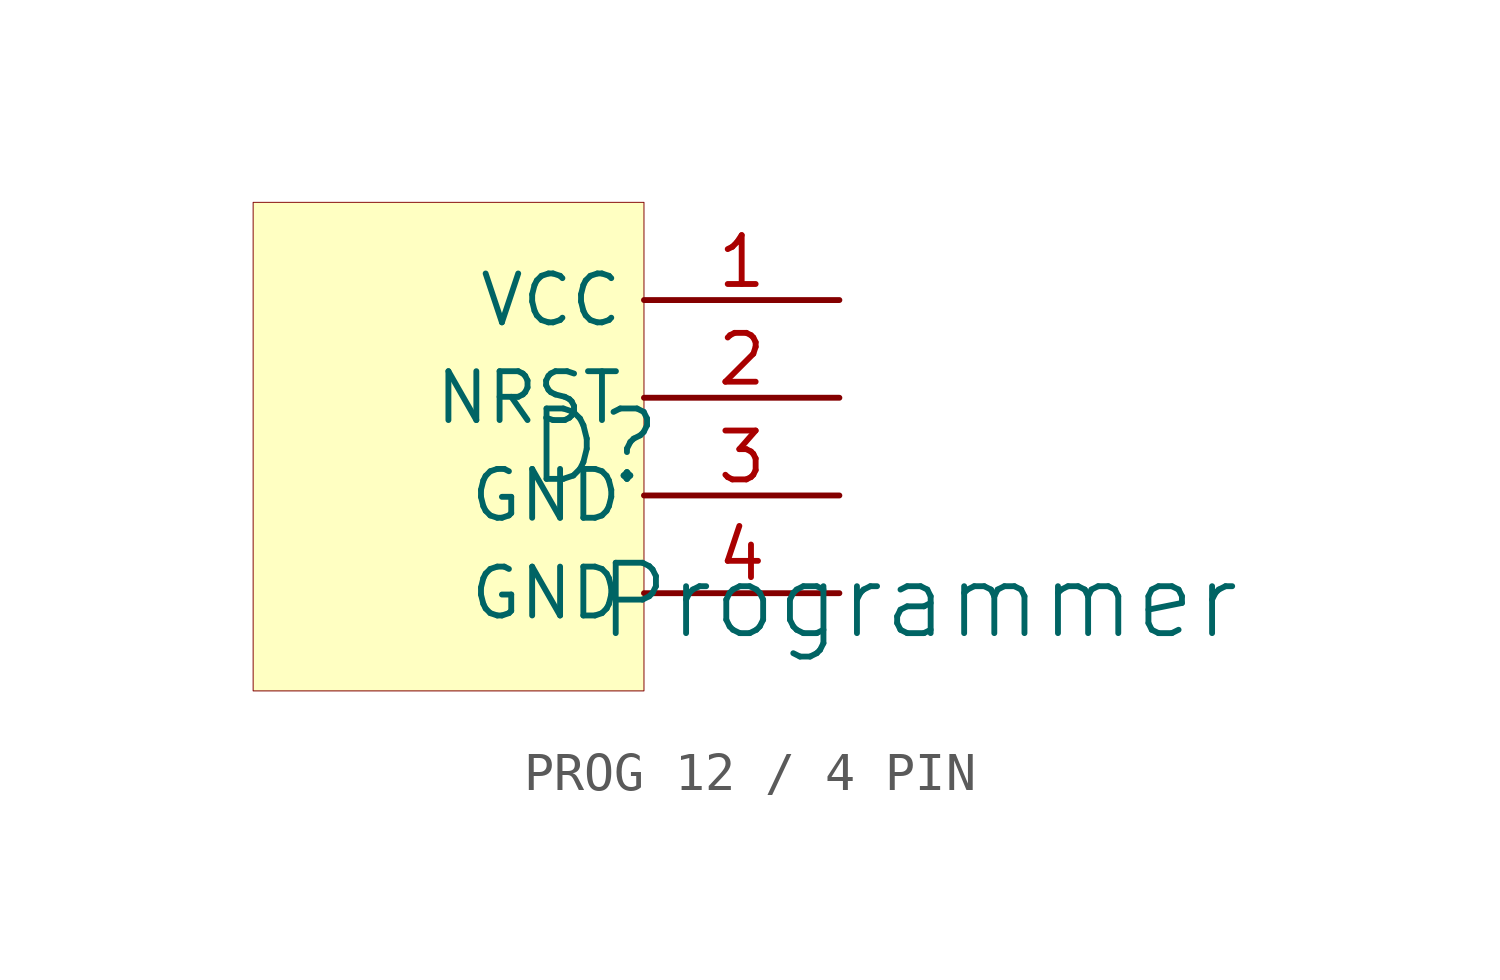
<source format=kicad_sym>
(kicad_symbol_lib
  (version 20241209)
  (generator "kicad_symbol_editor")
  (generator_version "9.0")
  (symbol "PROG 12 / 4 PIN"
    (property "Reference" "D"
      (at -1.27 1.27 0)
      (effects (font (size 1.829 1.829))))
    (property "Value" "Programmer"
      (at -1.27 -3.81 0)
      (effects (font (size 1.829 1.829)) (justify left bottom)))
    (symbol "PROG 12 / 4 PIN_1_0"
      (rectangle (start 0 7.62) (end -10.16 -5.08) (stroke (width 0.025) (type solid) (color 128 0 0 1)) (fill (type background)))
      (pin passive line (at 5.08 5.08 180) (length 5.08) (name "VCC" (effects (font (size 1.27 1.27)))) (number "1" (effects (font (size 1.27 1.27)))))
      (pin passive line (at 5.08 2.54 180) (length 5.08) (name "NRST" (effects (font (size 1.27 1.27)))) (number "2" (effects (font (size 1.27 1.27)))))
      (pin passive line (at 5.08 0 180) (length 5.08) (name "GND" (effects (font (size 1.27 1.27)))) (number "3" (effects (font (size 1.27 1.27)))))
      (pin passive line (at 5.08 -2.54 180) (length 5.08) (name "GND" (effects (font (size 1.27 1.27)))) (number "4" (effects (font (size 1.27 1.27))))))))
</source>
